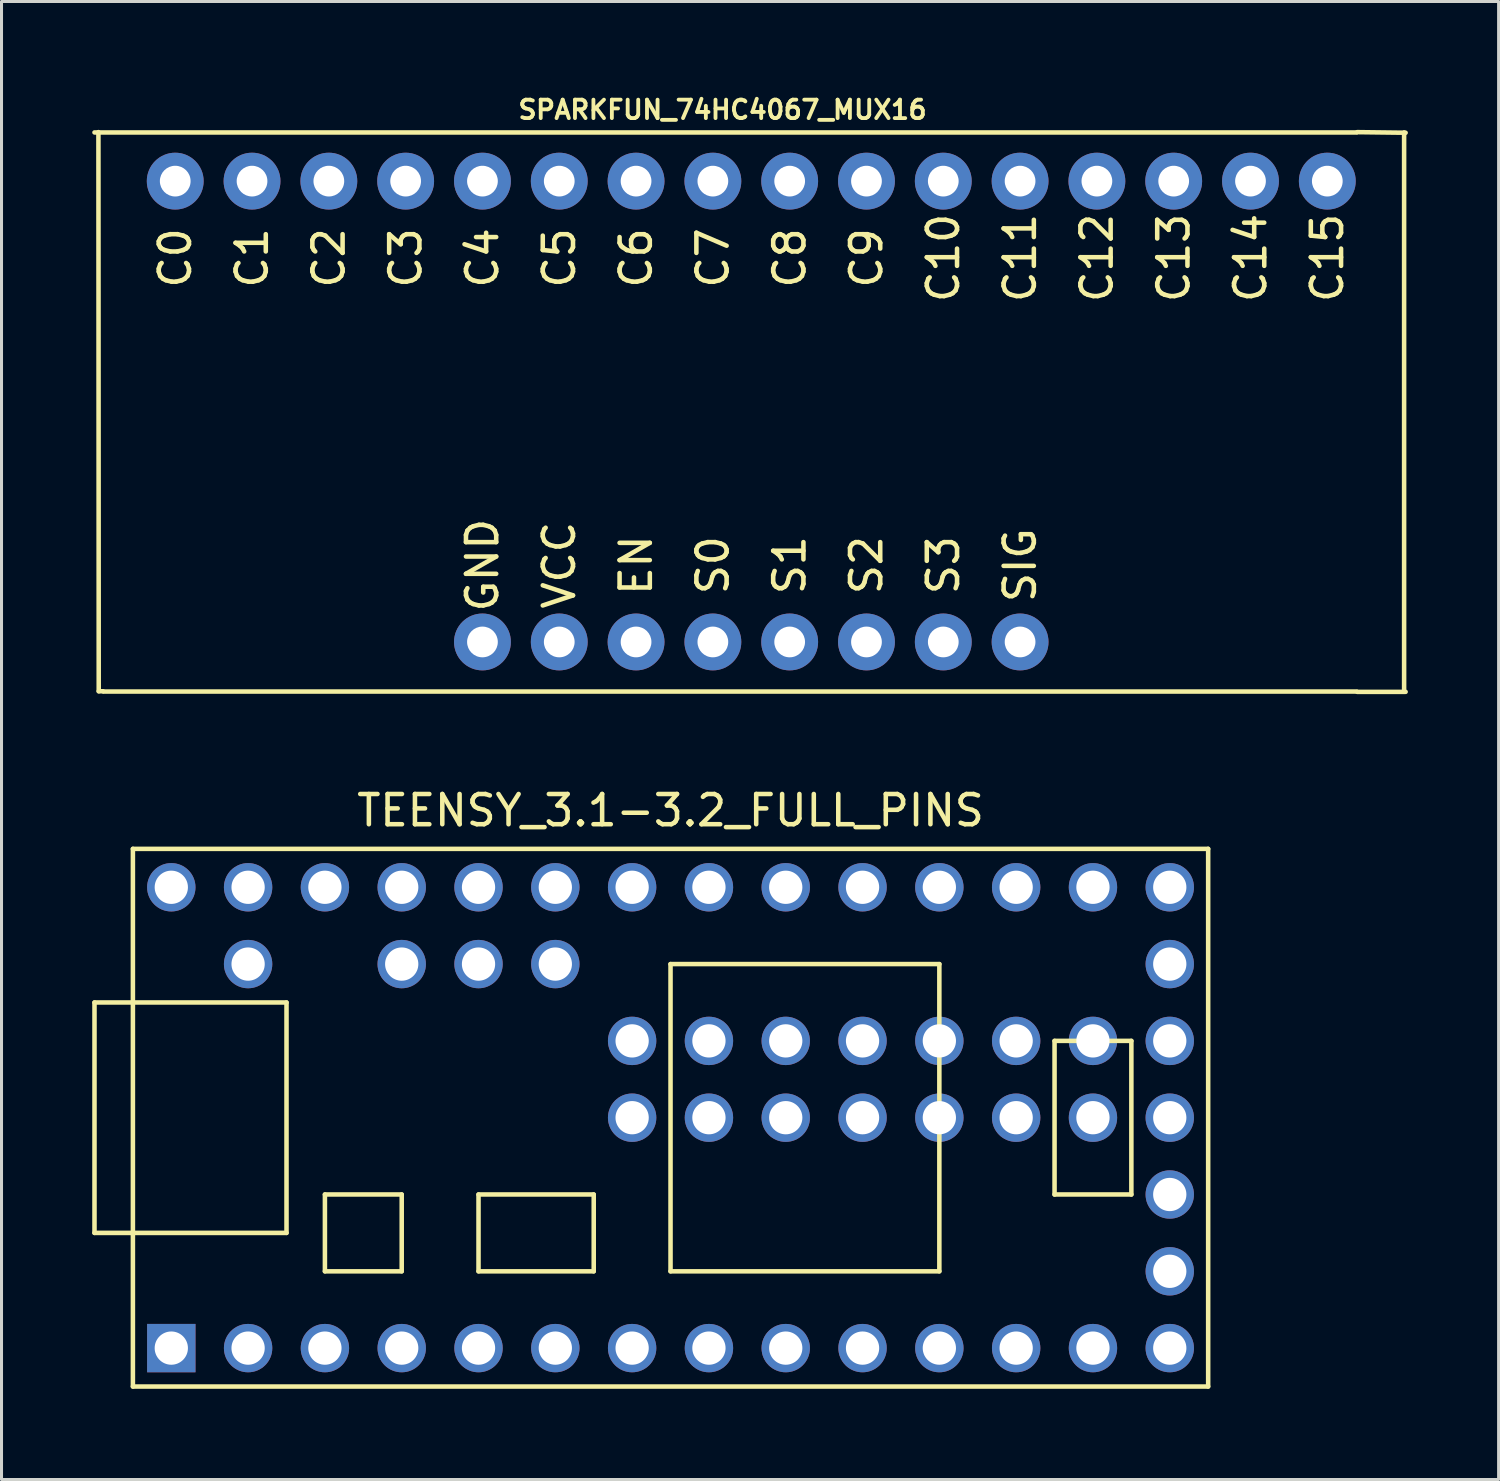
<source format=kicad_pcb>
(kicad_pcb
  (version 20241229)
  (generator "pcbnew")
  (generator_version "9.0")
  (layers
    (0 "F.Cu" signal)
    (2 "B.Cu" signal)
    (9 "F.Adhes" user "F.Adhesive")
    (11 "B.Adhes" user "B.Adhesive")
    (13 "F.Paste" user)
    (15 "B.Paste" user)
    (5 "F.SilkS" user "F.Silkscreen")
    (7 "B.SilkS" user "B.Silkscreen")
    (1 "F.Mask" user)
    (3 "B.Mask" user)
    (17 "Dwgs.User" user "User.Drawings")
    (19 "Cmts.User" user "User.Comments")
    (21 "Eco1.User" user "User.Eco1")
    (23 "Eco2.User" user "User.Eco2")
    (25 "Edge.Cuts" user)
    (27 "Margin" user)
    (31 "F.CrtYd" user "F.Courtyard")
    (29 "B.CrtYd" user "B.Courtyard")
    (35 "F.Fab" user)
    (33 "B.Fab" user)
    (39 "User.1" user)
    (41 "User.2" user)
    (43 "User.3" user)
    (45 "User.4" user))
  (footprint "SPARKFUN_74HC4067_MUX16"
    (layer "F.Cu")
    (at 22.045 10.78)
    (property "Reference" "SPARKFUN_74HC4067_MUX16" (at -1.2 -10.2 0) (layer "F.SilkS") (effects (font (size 0.61 0.61) (thickness 0.127))))
    (attr exclude_from_pos_files exclude_from_bom)
    (fp_line (start -21.83 9.03) (end -21.84 -9.46) (stroke (width 0.15) (type solid)) (layer "F.SilkS"))
    (fp_line (start -21.69 9.03) (end -21.83 9.03) (stroke (width 0.15) (type solid)) (layer "F.SilkS"))
    (fp_line (start -21.67 9.04) (end 19.77 9.04) (stroke (width 0.15) (type solid)) (layer "F.SilkS"))
    (fp_line (start 19.77 -9.45) (end -21.97 -9.45) (stroke (width 0.15) (type solid)) (layer "F.SilkS"))
    (fp_line (start 19.79 -9.46) (end 21.39 -9.44) (stroke (width 0.15) (type solid)) (layer "F.SilkS"))
    (fp_line (start 19.79 9.05) (end 21.39 9.05) (stroke (width 0.15) (type solid)) (layer "F.SilkS"))
    (fp_line (start 21.34 9.04) (end 21.34 -9.45) (stroke (width 0.15) (type solid)) (layer "F.SilkS"))
    (fp_text user "C10" (at 6.1 -5.3 90) (layer "F.SilkS") (effects (font (size 1 1) (thickness 0.15))))
    (fp_text user "C15" (at 18.8 -5.3 90) (layer "F.SilkS") (effects (font (size 1 1) (thickness 0.15))))
    (fp_text user "C2" (at -14.22 -5.3 90) (layer "F.SilkS") (effects (font (size 1 1) (thickness 0.15))))
    (fp_text user "C0" (at -19.3 -5.3 270) (layer "F.SilkS") (effects (font (size 1 1) (thickness 0.15))))
    (fp_text user "C3" (at -11.68 -5.3 90) (layer "F.SilkS") (effects (font (size 1 1) (thickness 0.15))))
    (fp_text user "C13" (at 13.72 -5.3 90) (layer "F.SilkS") (effects (font (size 1 1) (thickness 0.15))))
    (fp_text user "S0" (at -1.52 4.86 90) (layer "F.SilkS") (effects (font (size 1 1) (thickness 0.15))))
    (fp_text user "GND" (at -9.14 4.86 90) (layer "F.SilkS") (effects (font (size 1 1) (thickness 0.15))))
    (fp_text user "C6" (at -4.06 -5.3 90) (layer "F.SilkS") (effects (font (size 1 1) (thickness 0.15))))
    (fp_text user "C11" (at 8.64 -5.3 90) (layer "F.SilkS") (effects (font (size 1 1) (thickness 0.15))))
    (fp_text user "VCC" (at -6.6 4.86 90) (layer "F.SilkS") (effects (font (size 1 1) (thickness 0.15))))
    (fp_text user "SIG" (at 8.64 4.86 90) (layer "F.SilkS") (effects (font (size 1 1) (thickness 0.15))))
    (fp_text user "C7" (at -1.52 -5.3 90) (layer "F.SilkS") (effects (font (size 1 1) (thickness 0.15))))
    (fp_text user "C4" (at -9.14 -5.3 90) (layer "F.SilkS") (effects (font (size 1 1) (thickness 0.15))))
    (fp_text user "S1" (at 1.02 4.86 90) (layer "F.SilkS") (effects (font (size 1 1) (thickness 0.15))))
    (fp_text user "C9" (at 3.56 -5.3 90) (layer "F.SilkS") (effects (font (size 1 1) (thickness 0.15))))
    (fp_text user "C12" (at 11.18 -5.3 90) (layer "F.SilkS") (effects (font (size 1 1) (thickness 0.15))))
    (fp_text user "EN" (at -4.06 4.86 90) (layer "F.SilkS") (effects (font (size 1 1) (thickness 0.15))))
    (fp_text user "S2" (at 3.56 4.86 90) (layer "F.SilkS") (effects (font (size 1 1) (thickness 0.15))))
    (fp_text user "S3" (at 6.1 4.86 90) (layer "F.SilkS") (effects (font (size 1 1) (thickness 0.15))))
    (fp_text user "C8" (at 1.02 -5.3 90) (layer "F.SilkS") (effects (font (size 1 1) (thickness 0.15))))
    (fp_text user "C5" (at -6.6 -5.3 90) (layer "F.SilkS") (effects (font (size 1 1) (thickness 0.15))))
    (fp_text user "C1" (at -16.76 -5.3 90) (layer "F.SilkS") (effects (font (size 1 1) (thickness 0.15))))
    (fp_text user "C14" (at 16.26 -5.3 90) (layer "F.SilkS") (effects (font (size 1 1) (thickness 0.15))))
    (pad "1" thru_hole circle (at -19.3 -7.84) (size 1.88 1.88) (drill 1.016) (layers "*.Cu" "*.Mask"))
    (pad "2" thru_hole circle (at -16.76 -7.84) (size 1.88 1.88) (drill 1.016) (layers "*.Cu" "*.Mask"))
    (pad "3" thru_hole circle (at -14.22 -7.84) (size 1.88 1.88) (drill 1.016) (layers "*.Cu" "*.Mask"))
    (pad "4" thru_hole circle (at -11.68 -7.84) (size 1.88 1.88) (drill 1.016) (layers "*.Cu" "*.Mask"))
    (pad "5" thru_hole circle (at -9.14 -7.84) (size 1.88 1.88) (drill 1.016) (layers "*.Cu" "*.Mask"))
    (pad "6" thru_hole circle (at -6.6 -7.84) (size 1.88 1.88) (drill 1.016) (layers "*.Cu" "*.Mask"))
    (pad "7" thru_hole circle (at -4.06 -7.84) (size 1.88 1.88) (drill 1.016) (layers "*.Cu" "*.Mask"))
    (pad "8" thru_hole circle (at -1.52 -7.84) (size 1.88 1.88) (drill 1.016) (layers "*.Cu" "*.Mask"))
    (pad "9" thru_hole circle (at 1.02 -7.84) (size 1.88 1.88) (drill 1.016) (layers "*.Cu" "*.Mask"))
    (pad "10" thru_hole circle (at 3.56 -7.84) (size 1.88 1.88) (drill 1.016) (layers "*.Cu" "*.Mask"))
    (pad "11" thru_hole circle (at 6.1 -7.84) (size 1.88 1.88) (drill 1.016) (layers "*.Cu" "*.Mask"))
    (pad "12" thru_hole circle (at 8.64 -7.84) (size 1.88 1.88) (drill 1.016) (layers "*.Cu" "*.Mask"))
    (pad "13" thru_hole circle (at 11.18 -7.84) (size 1.88 1.88) (drill 1.016) (layers "*.Cu" "*.Mask"))
    (pad "14" thru_hole circle (at 13.72 -7.84) (size 1.88 1.88) (drill 1.016) (layers "*.Cu" "*.Mask"))
    (pad "15" thru_hole circle (at 16.26 -7.84) (size 1.88 1.88) (drill 1.016) (layers "*.Cu" "*.Mask"))
    (pad "16" thru_hole circle (at 18.8 -7.84) (size 1.88 1.88) (drill 1.016) (layers "*.Cu" "*.Mask"))
    (pad "17" thru_hole circle (at 8.64 7.4) (size 1.88 1.88) (drill 1.016) (layers "*.Cu" "*.Mask"))
    (pad "18" thru_hole circle (at 6.1 7.4) (size 1.88 1.88) (drill 1.016) (layers "*.Cu" "*.Mask"))
    (pad "19" thru_hole circle (at 3.56 7.4) (size 1.88 1.88) (drill 1.016) (layers "*.Cu" "*.Mask"))
    (pad "20" thru_hole circle (at 1.02 7.4) (size 1.88 1.88) (drill 1.016) (layers "*.Cu" "*.Mask"))
    (pad "21" thru_hole circle (at -1.52 7.4) (size 1.88 1.88) (drill 1.016) (layers "*.Cu" "*.Mask"))
    (pad "22" thru_hole circle (at -4.06 7.4) (size 1.88 1.88) (drill 1.016) (layers "*.Cu" "*.Mask"))
    (pad "23" thru_hole circle (at -6.6 7.4) (size 1.88 1.88) (drill 1.016) (layers "*.Cu" "*.Mask"))
    (pad "24" thru_hole circle (at -9.14 7.4) (size 1.88 1.88) (drill 1.016) (layers "*.Cu" "*.Mask")))
  (footprint "TEENSY_3.1-3.2_FULL_PINS"
    (layer "F.Cu")
    (at 19.125 33.913)
    (property "Reference" "TEENSY_3.1-3.2_FULL_PINS" (at 0 -10.16 0) (layer "F.SilkS") (effects (font (size 1 1) (thickness 0.15))))
    (attr through_hole)
    (fp_line (start -19.05 -3.81) (end -17.78 -3.81) (stroke (width 0.15) (type solid)) (layer "F.SilkS"))
    (fp_line (start -19.05 3.81) (end -19.05 -3.81) (stroke (width 0.15) (type solid)) (layer "F.SilkS"))
    (fp_line (start -17.78 -8.89) (end 17.78 -8.89) (stroke (width 0.15) (type solid)) (layer "F.SilkS"))
    (fp_line (start -17.78 3.81) (end -19.05 3.81) (stroke (width 0.15) (type solid)) (layer "F.SilkS"))
    (fp_line (start -17.78 8.89) (end -17.78 -8.89) (stroke (width 0.15) (type solid)) (layer "F.SilkS"))
    (fp_line (start -12.7 -3.81) (end -17.78 -3.81) (stroke (width 0.15) (type solid)) (layer "F.SilkS"))
    (fp_line (start -12.7 3.81) (end -17.78 3.81) (stroke (width 0.15) (type solid)) (layer "F.SilkS"))
    (fp_line (start -12.7 3.81) (end -12.7 -3.81) (stroke (width 0.15) (type solid)) (layer "F.SilkS"))
    (fp_line (start -11.43 2.54) (end -11.43 5.08) (stroke (width 0.15) (type solid)) (layer "F.SilkS"))
    (fp_line (start -11.43 5.08) (end -8.89 5.08) (stroke (width 0.15) (type solid)) (layer "F.SilkS"))
    (fp_line (start -8.89 2.54) (end -11.43 2.54) (stroke (width 0.15) (type solid)) (layer "F.SilkS"))
    (fp_line (start -8.89 5.08) (end -8.89 2.54) (stroke (width 0.15) (type solid)) (layer "F.SilkS"))
    (fp_line (start -6.35 2.54) (end -6.35 5.08) (stroke (width 0.15) (type solid)) (layer "F.SilkS"))
    (fp_line (start -6.35 5.08) (end -2.54 5.08) (stroke (width 0.15) (type solid)) (layer "F.SilkS"))
    (fp_line (start -2.54 2.54) (end -6.35 2.54) (stroke (width 0.15) (type solid)) (layer "F.SilkS"))
    (fp_line (start -2.54 5.08) (end -2.54 2.54) (stroke (width 0.15) (type solid)) (layer "F.SilkS"))
    (fp_line (start 0 -5.08) (end 0 5.08) (stroke (width 0.15) (type solid)) (layer "F.SilkS"))
    (fp_line (start 8.89 -5.08) (end 0 -5.08) (stroke (width 0.15) (type solid)) (layer "F.SilkS"))
    (fp_line (start 8.89 5.08) (end 0 5.08) (stroke (width 0.15) (type solid)) (layer "F.SilkS"))
    (fp_line (start 8.89 5.08) (end 8.89 -5.08) (stroke (width 0.15) (type solid)) (layer "F.SilkS"))
    (fp_line (start 12.7 -2.54) (end 15.24 -2.54) (stroke (width 0.15) (type solid)) (layer "F.SilkS"))
    (fp_line (start 12.7 2.54) (end 12.7 -2.54) (stroke (width 0.15) (type solid)) (layer "F.SilkS"))
    (fp_line (start 15.24 -2.54) (end 15.24 2.54) (stroke (width 0.15) (type solid)) (layer "F.SilkS"))
    (fp_line (start 15.24 2.54) (end 12.7 2.54) (stroke (width 0.15) (type solid)) (layer "F.SilkS"))
    (fp_line (start 17.78 -8.89) (end 17.78 8.89) (stroke (width 0.15) (type solid)) (layer "F.SilkS"))
    (fp_line (start 17.78 8.89) (end -17.78 8.89) (stroke (width 0.15) (type solid)) (layer "F.SilkS"))
    (pad "1" thru_hole rect (at -16.51 7.62) (size 1.6 1.6) (drill 1.1) (layers "*.Cu" "*.Mask"))
    (pad "2" thru_hole circle (at -13.97 7.62) (size 1.6 1.6) (drill 1.1) (layers "*.Cu" "*.Mask"))
    (pad "3" thru_hole circle (at -11.43 7.62) (size 1.6 1.6) (drill 1.1) (layers "*.Cu" "*.Mask"))
    (pad "4" thru_hole circle (at -8.89 7.62) (size 1.6 1.6) (drill 1.1) (layers "*.Cu" "*.Mask"))
    (pad "5" thru_hole circle (at -6.35 7.62) (size 1.6 1.6) (drill 1.1) (layers "*.Cu" "*.Mask"))
    (pad "6" thru_hole circle (at -3.81 7.62) (size 1.6 1.6) (drill 1.1) (layers "*.Cu" "*.Mask"))
    (pad "7" thru_hole circle (at -1.27 7.62) (size 1.6 1.6) (drill 1.1) (layers "*.Cu" "*.Mask"))
    (pad "8" thru_hole circle (at 1.27 7.62) (size 1.6 1.6) (drill 1.1) (layers "*.Cu" "*.Mask"))
    (pad "9" thru_hole circle (at 3.81 7.62) (size 1.6 1.6) (drill 1.1) (layers "*.Cu" "*.Mask"))
    (pad "10" thru_hole circle (at 6.35 7.62) (size 1.6 1.6) (drill 1.1) (layers "*.Cu" "*.Mask"))
    (pad "11" thru_hole circle (at 8.89 7.62) (size 1.6 1.6) (drill 1.1) (layers "*.Cu" "*.Mask"))
    (pad "12" thru_hole circle (at 11.43 7.62) (size 1.6 1.6) (drill 1.1) (layers "*.Cu" "*.Mask"))
    (pad "13" thru_hole circle (at 13.97 7.62) (size 1.6 1.6) (drill 1.1) (layers "*.Cu" "*.Mask"))
    (pad "14" thru_hole circle (at 16.51 7.62) (size 1.6 1.6) (drill 1.1) (layers "*.Cu" "*.Mask"))
    (pad "15" thru_hole circle (at 16.51 5.08) (size 1.6 1.6) (drill 1.1) (layers "*.Cu" "*.Mask"))
    (pad "16" thru_hole circle (at 16.51 2.54) (size 1.6 1.6) (drill 1.1) (layers "*.Cu" "*.Mask"))
    (pad "17" thru_hole circle (at 16.51 0) (size 1.6 1.6) (drill 1.1) (layers "*.Cu" "*.Mask"))
    (pad "18" thru_hole circle (at 16.51 -2.54) (size 1.6 1.6) (drill 1.1) (layers "*.Cu" "*.Mask"))
    (pad "19" thru_hole circle (at 16.51 -5.08) (size 1.6 1.6) (drill 1.1) (layers "*.Cu" "*.Mask"))
    (pad "20" thru_hole circle (at 16.51 -7.62) (size 1.6 1.6) (drill 1.1) (layers "*.Cu" "*.Mask"))
    (pad "21" thru_hole circle (at 13.97 -7.62) (size 1.6 1.6) (drill 1.1) (layers "*.Cu" "*.Mask"))
    (pad "22" thru_hole circle (at 11.43 -7.62) (size 1.6 1.6) (drill 1.1) (layers "*.Cu" "*.Mask"))
    (pad "23" thru_hole circle (at 8.89 -7.62) (size 1.6 1.6) (drill 1.1) (layers "*.Cu" "*.Mask"))
    (pad "24" thru_hole circle (at 6.35 -7.62) (size 1.6 1.6) (drill 1.1) (layers "*.Cu" "*.Mask"))
    (pad "25" thru_hole circle (at 3.81 -7.62) (size 1.6 1.6) (drill 1.1) (layers "*.Cu" "*.Mask"))
    (pad "26" thru_hole circle (at 1.27 -7.62) (size 1.6 1.6) (drill 1.1) (layers "*.Cu" "*.Mask"))
    (pad "27" thru_hole circle (at -1.27 -7.62) (size 1.6 1.6) (drill 1.1) (layers "*.Cu" "*.Mask"))
    (pad "28" thru_hole circle (at -3.81 -7.62) (size 1.6 1.6) (drill 1.1) (layers "*.Cu" "*.Mask"))
    (pad "29" thru_hole circle (at -6.35 -7.62) (size 1.6 1.6) (drill 1.1) (layers "*.Cu" "*.Mask"))
    (pad "30" thru_hole circle (at -8.89 -7.62) (size 1.6 1.6) (drill 1.1) (layers "*.Cu" "*.Mask"))
    (pad "31" thru_hole circle (at -11.43 -7.62) (size 1.6 1.6) (drill 1.1) (layers "*.Cu" "*.Mask"))
    (pad "32" thru_hole circle (at -13.97 -7.62) (size 1.6 1.6) (drill 1.1) (layers "*.Cu" "*.Mask"))
    (pad "33" thru_hole circle (at -16.51 -7.62) (size 1.6 1.6) (drill 1.1) (layers "*.Cu" "*.Mask"))
    (pad "34" thru_hole circle (at -13.97 -5.08) (size 1.6 1.6) (drill 1.1) (layers "*.Cu" "*.Mask"))
    (pad "35" thru_hole circle (at -8.89 -5.08) (size 1.6 1.6) (drill 1.1) (layers "*.Cu" "*.Mask"))
    (pad "36" thru_hole circle (at -6.35 -5.08) (size 1.6 1.6) (drill 1.1) (layers "*.Cu" "*.Mask"))
    (pad "37" thru_hole circle (at -3.81 -5.08) (size 1.6 1.6) (drill 1.1) (layers "*.Cu" "*.Mask"))
    (pad "38" thru_hole circle (at -1.27 0) (size 1.6 1.6) (drill 1.1) (layers "*.Cu" "*.Mask"))
    (pad "39" thru_hole circle (at 1.27 0) (size 1.6 1.6) (drill 1.1) (layers "*.Cu" "*.Mask"))
    (pad "40" thru_hole circle (at 3.81 0) (size 1.6 1.6) (drill 1.1) (layers "*.Cu" "*.Mask"))
    (pad "41" thru_hole circle (at 6.35 0) (size 1.6 1.6) (drill 1.1) (layers "*.Cu" "*.Mask"))
    (pad "42" thru_hole circle (at 8.89 0) (size 1.6 1.6) (drill 1.1) (layers "*.Cu" "*.Mask"))
    (pad "43" thru_hole circle (at 11.43 0) (size 1.6 1.6) (drill 1.1) (layers "*.Cu" "*.Mask"))
    (pad "44" thru_hole circle (at 13.97 0) (size 1.6 1.6) (drill 1.1) (layers "*.Cu" "*.Mask"))
    (pad "45" thru_hole circle (at 13.97 -2.54) (size 1.6 1.6) (drill 1.1) (layers "*.Cu" "*.Mask"))
    (pad "46" thru_hole circle (at 11.43 -2.54) (size 1.6 1.6) (drill 1.1) (layers "*.Cu" "*.Mask"))
    (pad "47" thru_hole circle (at 8.89 -2.54) (size 1.6 1.6) (drill 1.1) (layers "*.Cu" "*.Mask"))
    (pad "48" thru_hole circle (at 6.35 -2.54) (size 1.6 1.6) (drill 1.1) (layers "*.Cu" "*.Mask"))
    (pad "49" thru_hole circle (at 3.81 -2.54) (size 1.6 1.6) (drill 1.1) (layers "*.Cu" "*.Mask"))
    (pad "50" thru_hole circle (at 1.27 -2.54) (size 1.6 1.6) (drill 1.1) (layers "*.Cu" "*.Mask"))
    (pad "51" thru_hole circle (at -1.27 -2.54) (size 1.6 1.6) (drill 1.1) (layers "*.Cu" "*.Mask")))
  (gr_rect
    (start -3 -3)
    (end 46.51 45.878)
    (stroke (width 0.1) (type default))
    (fill no)
    (layer "Edge.Cuts")))
</source>
